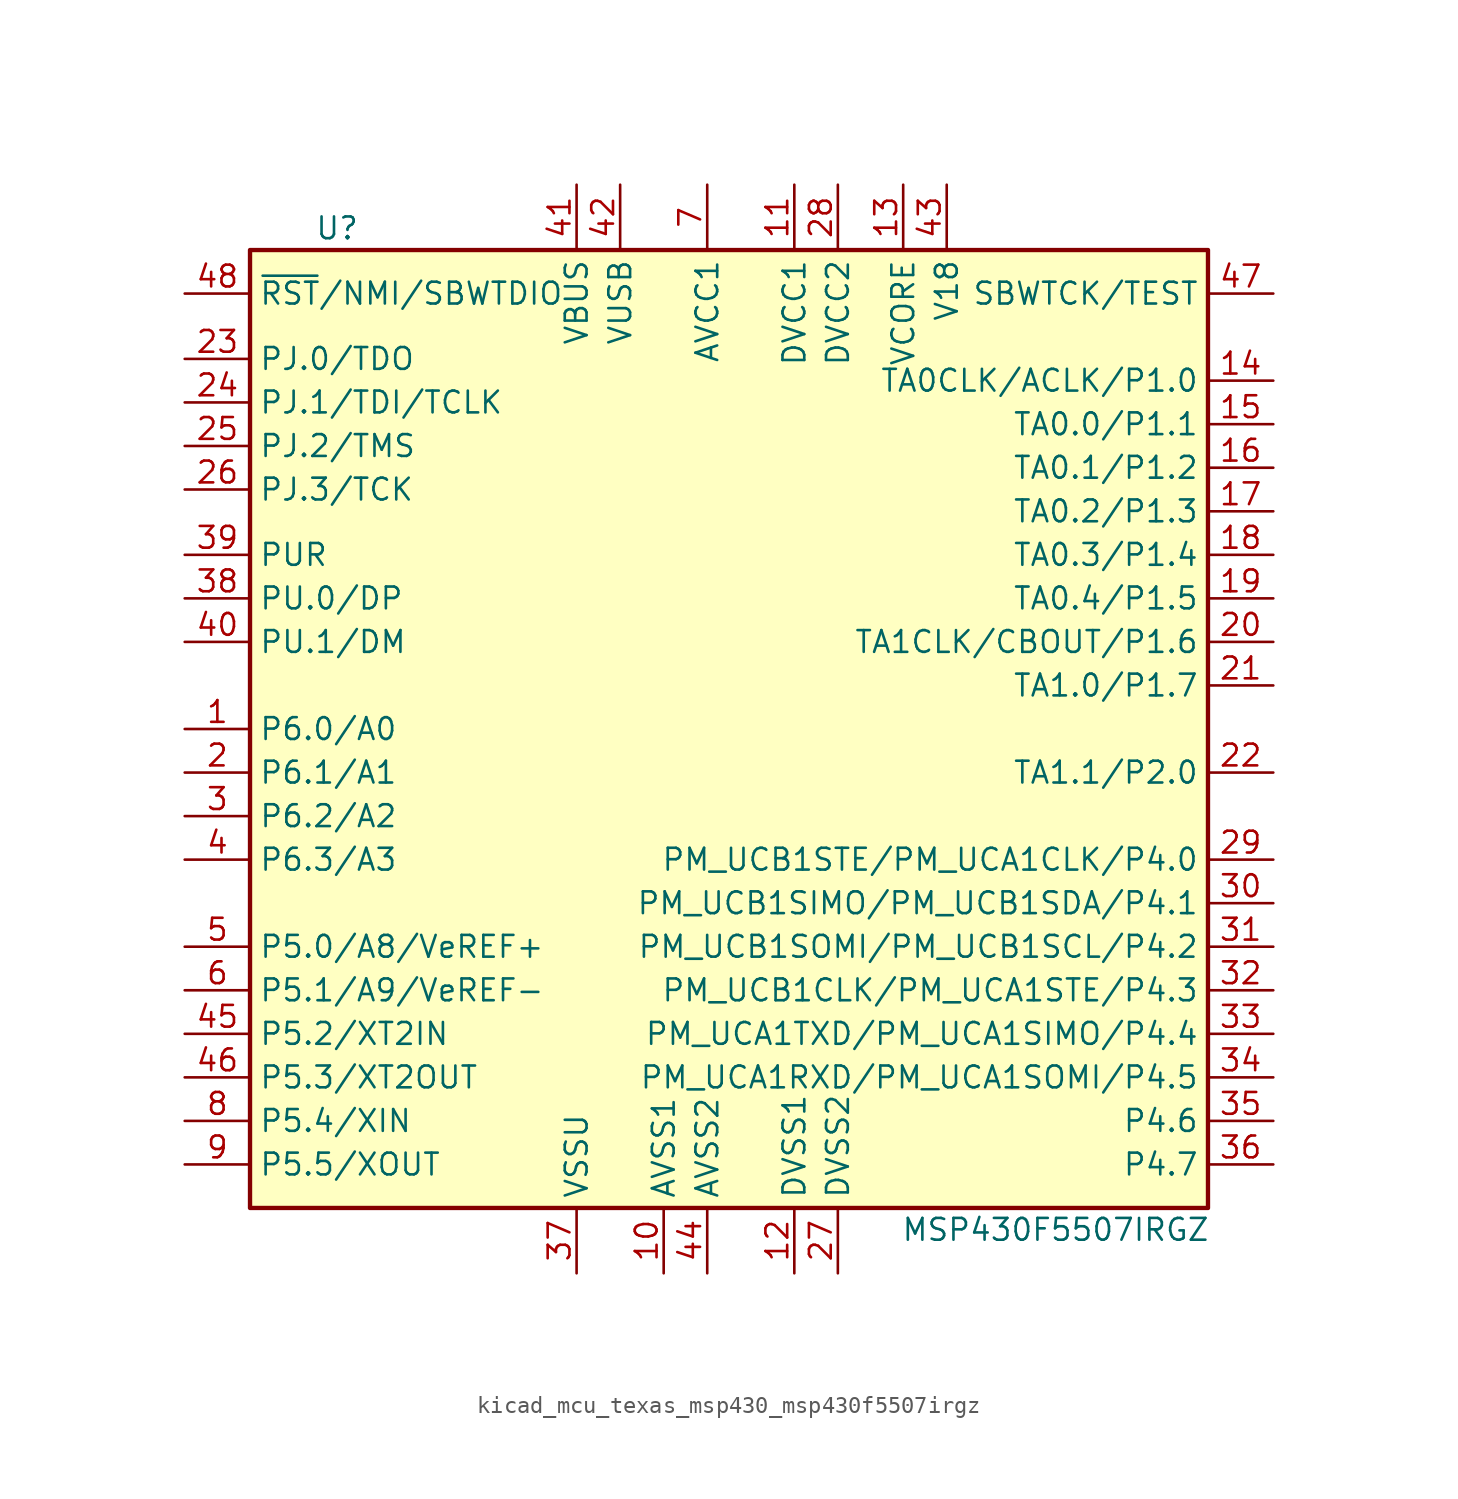
<source format=kicad_sym>
(kicad_symbol_lib
  (version 20220914)
  (generator kicad_symbol_editor)
  (symbol "kicad_mcu_texas_msp430_msp430f5507irgz"
    (property "Reference" "U"
      (at -21.59 29.21 0)
      (effects (font (size 1.27 1.27))))
    (property "Value" "MSP430F5507IRGZ"
      (at 20.32 -29.21 0)
      (effects (font (size 1.27 1.27))))
    (symbol "kicad_mcu_texas_msp430_msp430f5507irgz_0_1"
      (rectangle (start -26.67 27.94) (end 29.21 -27.94) (stroke (width 0.254) (type default)) (fill (type background))))
    (symbol "kicad_mcu_texas_msp430_msp430f5507irgz_1_1"
      (pin bidirectional line (at -30.48 0 0) (length 3.81) (name "P6.0/A0" (effects (font (size 1.27 1.27)))) (number "1" (effects (font (size 1.27 1.27)))))
      (pin power_in line (at -2.54 -31.75 90) (length 3.81) (name "AVSS1" (effects (font (size 1.27 1.27)))) (number "10" (effects (font (size 1.27 1.27)))))
      (pin power_in line (at 5.08 31.75 270) (length 3.81) (name "DVCC1" (effects (font (size 1.27 1.27)))) (number "11" (effects (font (size 1.27 1.27)))))
      (pin power_in line (at 5.08 -31.75 90) (length 3.81) (name "DVSS1" (effects (font (size 1.27 1.27)))) (number "12" (effects (font (size 1.27 1.27)))))
      (pin passive line (at 11.43 31.75 270) (length 3.81) (name "VCORE" (effects (font (size 1.27 1.27)))) (number "13" (effects (font (size 1.27 1.27)))))
      (pin bidirectional line (at 33.02 20.32 180) (length 3.81) (name "TA0CLK/ACLK/P1.0" (effects (font (size 1.27 1.27)))) (number "14" (effects (font (size 1.27 1.27)))))
      (pin bidirectional line (at 33.02 17.78 180) (length 3.81) (name "TA0.0/P1.1" (effects (font (size 1.27 1.27)))) (number "15" (effects (font (size 1.27 1.27)))))
      (pin bidirectional line (at 33.02 15.24 180) (length 3.81) (name "TA0.1/P1.2" (effects (font (size 1.27 1.27)))) (number "16" (effects (font (size 1.27 1.27)))))
      (pin bidirectional line (at 33.02 12.7 180) (length 3.81) (name "TA0.2/P1.3" (effects (font (size 1.27 1.27)))) (number "17" (effects (font (size 1.27 1.27)))))
      (pin bidirectional line (at 33.02 10.16 180) (length 3.81) (name "TA0.3/P1.4" (effects (font (size 1.27 1.27)))) (number "18" (effects (font (size 1.27 1.27)))))
      (pin bidirectional line (at 33.02 7.62 180) (length 3.81) (name "TA0.4/P1.5" (effects (font (size 1.27 1.27)))) (number "19" (effects (font (size 1.27 1.27)))))
      (pin bidirectional line (at -30.48 -2.54 0) (length 3.81) (name "P6.1/A1" (effects (font (size 1.27 1.27)))) (number "2" (effects (font (size 1.27 1.27)))))
      (pin bidirectional line (at 33.02 5.08 180) (length 3.81) (name "TA1CLK/CBOUT/P1.6" (effects (font (size 1.27 1.27)))) (number "20" (effects (font (size 1.27 1.27)))))
      (pin bidirectional line (at 33.02 2.54 180) (length 3.81) (name "TA1.0/P1.7" (effects (font (size 1.27 1.27)))) (number "21" (effects (font (size 1.27 1.27)))))
      (pin bidirectional line (at 33.02 -2.54 180) (length 3.81) (name "TA1.1/P2.0" (effects (font (size 1.27 1.27)))) (number "22" (effects (font (size 1.27 1.27)))))
      (pin bidirectional line (at -30.48 21.59 0) (length 3.81) (name "PJ.0/TDO" (effects (font (size 1.27 1.27)))) (number "23" (effects (font (size 1.27 1.27)))))
      (pin bidirectional line (at -30.48 19.05 0) (length 3.81) (name "PJ.1/TDI/TCLK" (effects (font (size 1.27 1.27)))) (number "24" (effects (font (size 1.27 1.27)))))
      (pin bidirectional line (at -30.48 16.51 0) (length 3.81) (name "PJ.2/TMS" (effects (font (size 1.27 1.27)))) (number "25" (effects (font (size 1.27 1.27)))))
      (pin bidirectional line (at -30.48 13.97 0) (length 3.81) (name "PJ.3/TCK" (effects (font (size 1.27 1.27)))) (number "26" (effects (font (size 1.27 1.27)))))
      (pin power_in line (at 7.62 -31.75 90) (length 3.81) (name "DVSS2" (effects (font (size 1.27 1.27)))) (number "27" (effects (font (size 1.27 1.27)))))
      (pin power_in line (at 7.62 31.75 270) (length 3.81) (name "DVCC2" (effects (font (size 1.27 1.27)))) (number "28" (effects (font (size 1.27 1.27)))))
      (pin bidirectional line (at 33.02 -7.62 180) (length 3.81) (name "PM_UCB1STE/PM_UCA1CLK/P4.0" (effects (font (size 1.27 1.27)))) (number "29" (effects (font (size 1.27 1.27)))))
      (pin bidirectional line (at -30.48 -5.08 0) (length 3.81) (name "P6.2/A2" (effects (font (size 1.27 1.27)))) (number "3" (effects (font (size 1.27 1.27)))))
      (pin bidirectional line (at 33.02 -10.16 180) (length 3.81) (name "PM_UCB1SIMO/PM_UCB1SDA/P4.1" (effects (font (size 1.27 1.27)))) (number "30" (effects (font (size 1.27 1.27)))))
      (pin bidirectional line (at 33.02 -12.7 180) (length 3.81) (name "PM_UCB1SOMI/PM_UCB1SCL/P4.2" (effects (font (size 1.27 1.27)))) (number "31" (effects (font (size 1.27 1.27)))))
      (pin bidirectional line (at 33.02 -15.24 180) (length 3.81) (name "PM_UCB1CLK/PM_UCA1STE/P4.3" (effects (font (size 1.27 1.27)))) (number "32" (effects (font (size 1.27 1.27)))))
      (pin bidirectional line (at 33.02 -17.78 180) (length 3.81) (name "PM_UCA1TXD/PM_UCA1SIMO/P4.4" (effects (font (size 1.27 1.27)))) (number "33" (effects (font (size 1.27 1.27)))))
      (pin bidirectional line (at 33.02 -20.32 180) (length 3.81) (name "PM_UCA1RXD/PM_UCA1SOMI/P4.5" (effects (font (size 1.27 1.27)))) (number "34" (effects (font (size 1.27 1.27)))))
      (pin bidirectional line (at 33.02 -22.86 180) (length 3.81) (name "P4.6" (effects (font (size 1.27 1.27)))) (number "35" (effects (font (size 1.27 1.27)))))
      (pin bidirectional line (at 33.02 -25.4 180) (length 3.81) (name "P4.7" (effects (font (size 1.27 1.27)))) (number "36" (effects (font (size 1.27 1.27)))))
      (pin power_in line (at -7.62 -31.75 90) (length 3.81) (name "VSSU" (effects (font (size 1.27 1.27)))) (number "37" (effects (font (size 1.27 1.27)))))
      (pin bidirectional line (at -30.48 7.62 0) (length 3.81) (name "PU.0/DP" (effects (font (size 1.27 1.27)))) (number "38" (effects (font (size 1.27 1.27)))))
      (pin bidirectional line (at -30.48 10.16 0) (length 3.81) (name "PUR" (effects (font (size 1.27 1.27)))) (number "39" (effects (font (size 1.27 1.27)))))
      (pin bidirectional line (at -30.48 -7.62 0) (length 3.81) (name "P6.3/A3" (effects (font (size 1.27 1.27)))) (number "4" (effects (font (size 1.27 1.27)))))
      (pin bidirectional line (at -30.48 5.08 0) (length 3.81) (name "PU.1/DM" (effects (font (size 1.27 1.27)))) (number "40" (effects (font (size 1.27 1.27)))))
      (pin power_in line (at -7.62 31.75 270) (length 3.81) (name "VBUS" (effects (font (size 1.27 1.27)))) (number "41" (effects (font (size 1.27 1.27)))))
      (pin power_out line (at -5.08 31.75 270) (length 3.81) (name "VUSB" (effects (font (size 1.27 1.27)))) (number "42" (effects (font (size 1.27 1.27)))))
      (pin passive line (at 13.97 31.75 270) (length 3.81) (name "V18" (effects (font (size 1.27 1.27)))) (number "43" (effects (font (size 1.27 1.27)))))
      (pin power_in line (at 0 -31.75 90) (length 3.81) (name "AVSS2" (effects (font (size 1.27 1.27)))) (number "44" (effects (font (size 1.27 1.27)))))
      (pin bidirectional line (at -30.48 -17.78 0) (length 3.81) (name "P5.2/XT2IN" (effects (font (size 1.27 1.27)))) (number "45" (effects (font (size 1.27 1.27)))))
      (pin bidirectional line (at -30.48 -20.32 0) (length 3.81) (name "P5.3/XT2OUT" (effects (font (size 1.27 1.27)))) (number "46" (effects (font (size 1.27 1.27)))))
      (pin input line (at 33.02 25.4 180) (length 3.81) (name "SBWTCK/TEST" (effects (font (size 1.27 1.27)))) (number "47" (effects (font (size 1.27 1.27)))))
      (pin input line (at -30.48 25.4 0) (length 3.81) (name "~{RST}/NMI/SBWTDIO" (effects (font (size 1.27 1.27)))) (number "48" (effects (font (size 1.27 1.27)))))
      (pin bidirectional line (at -30.48 -12.7 0) (length 3.81) (name "P5.0/A8/VeREF+" (effects (font (size 1.27 1.27)))) (number "5" (effects (font (size 1.27 1.27)))))
      (pin bidirectional line (at -30.48 -15.24 0) (length 3.81) (name "P5.1/A9/VeREF-" (effects (font (size 1.27 1.27)))) (number "6" (effects (font (size 1.27 1.27)))))
      (pin power_in line (at 0 31.75 270) (length 3.81) (name "AVCC1" (effects (font (size 1.27 1.27)))) (number "7" (effects (font (size 1.27 1.27)))))
      (pin bidirectional line (at -30.48 -22.86 0) (length 3.81) (name "P5.4/XIN" (effects (font (size 1.27 1.27)))) (number "8" (effects (font (size 1.27 1.27)))))
      (pin bidirectional line (at -30.48 -25.4 0) (length 3.81) (name "P5.5/XOUT" (effects (font (size 1.27 1.27)))) (number "9" (effects (font (size 1.27 1.27))))))))
</source>
